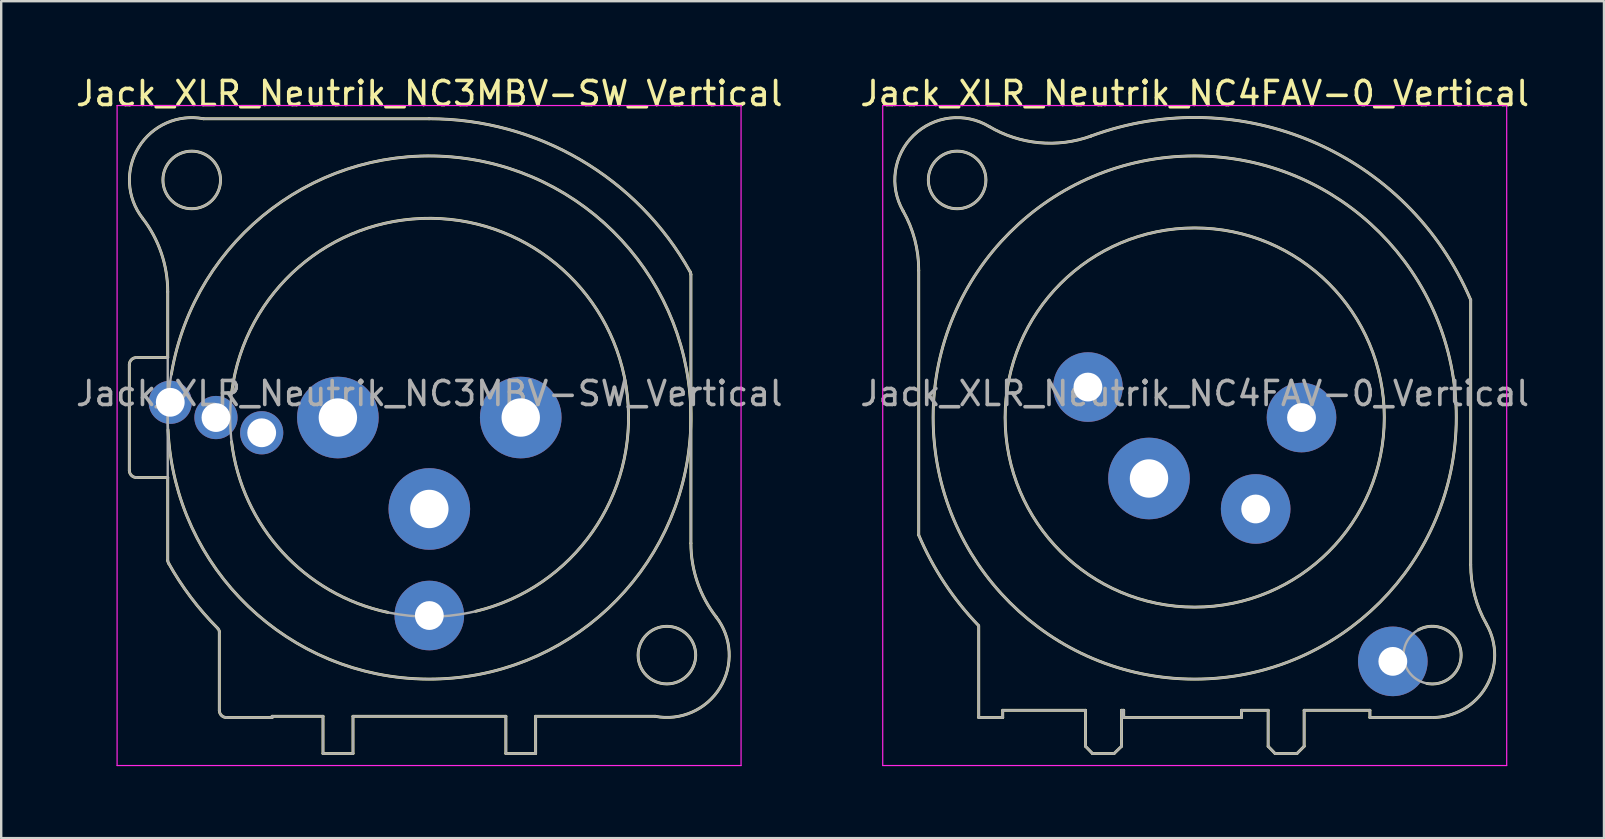
<source format=kicad_pcb>
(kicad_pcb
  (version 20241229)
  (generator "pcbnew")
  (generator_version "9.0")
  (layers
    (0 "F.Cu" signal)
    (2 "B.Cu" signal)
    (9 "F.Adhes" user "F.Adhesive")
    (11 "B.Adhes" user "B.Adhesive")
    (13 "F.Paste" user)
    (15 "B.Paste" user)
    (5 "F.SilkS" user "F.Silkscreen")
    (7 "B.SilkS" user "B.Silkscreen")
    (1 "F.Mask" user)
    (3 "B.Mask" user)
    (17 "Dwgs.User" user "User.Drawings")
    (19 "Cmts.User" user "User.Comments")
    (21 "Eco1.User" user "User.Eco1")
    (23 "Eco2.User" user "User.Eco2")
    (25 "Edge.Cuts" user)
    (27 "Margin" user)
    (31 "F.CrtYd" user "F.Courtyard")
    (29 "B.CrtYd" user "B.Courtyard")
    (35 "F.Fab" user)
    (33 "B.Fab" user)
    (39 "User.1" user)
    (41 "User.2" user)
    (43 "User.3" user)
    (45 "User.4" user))
  (footprint "Jack_XLR_Neutrik_NC4FAV-0_Vertical"
    (layer "F.Cu")
    (at 51.182 14.348)
    (property "Reference" "Jack_XLR_Neutrik_NC4FAV-0_Vertical" (at -4.45 -13.5 0) (layer "F.SilkS") (effects (font (size 1 1) (thickness 0.15))))
    (attr through_hole)
    (fp_line (start -15.95 -6.13) (end -15.95 4.9) (stroke (width 0.12) (type solid)) (layer "F.SilkS"))
    (fp_line (start -13.45 8.68) (end -13.45 12.5) (stroke (width 0.12) (type solid)) (layer "F.SilkS"))
    (fp_line (start -12.45 12.2) (end -12.45 12.5) (stroke (width 0.12) (type solid)) (layer "F.SilkS"))
    (fp_line (start -12.45 12.5) (end -13.45 12.5) (stroke (width 0.12) (type solid)) (layer "F.SilkS"))
    (fp_line (start -9 12.2) (end -12.45 12.2) (stroke (width 0.12) (type solid)) (layer "F.SilkS"))
    (fp_line (start -9 12.2) (end -9 13.7) (stroke (width 0.12) (type solid)) (layer "F.SilkS"))
    (fp_line (start -9 13.7) (end -8.71 14) (stroke (width 0.12) (type solid)) (layer "F.SilkS"))
    (fp_line (start -8.71 14) (end -7.81 14) (stroke (width 0.12) (type solid)) (layer "F.SilkS"))
    (fp_line (start -7.5 12.2) (end -7.5 13.7) (stroke (width 0.12) (type solid)) (layer "F.SilkS"))
    (fp_line (start -7.5 13.7) (end -7.81 14) (stroke (width 0.12) (type solid)) (layer "F.SilkS"))
    (fp_line (start -7.41 12.2) (end -7.5 12.2) (stroke (width 0.12) (type solid)) (layer "F.SilkS"))
    (fp_line (start -7.41 12.2) (end -7.41 12.5) (stroke (width 0.12) (type solid)) (layer "F.SilkS"))
    (fp_line (start -2.5 12.2) (end -2.5 12.5) (stroke (width 0.12) (type solid)) (layer "F.SilkS"))
    (fp_line (start -2.5 12.2) (end -1.39 12.2) (stroke (width 0.12) (type solid)) (layer "F.SilkS"))
    (fp_line (start -2.5 12.5) (end -7.41 12.5) (stroke (width 0.12) (type solid)) (layer "F.SilkS"))
    (fp_line (start -1.39 12.2) (end -1.39 13.7) (stroke (width 0.12) (type solid)) (layer "F.SilkS"))
    (fp_line (start -1.39 13.7) (end -1.1 14) (stroke (width 0.12) (type solid)) (layer "F.SilkS"))
    (fp_line (start -1.1 14) (end -0.19 14) (stroke (width 0.12) (type solid)) (layer "F.SilkS"))
    (fp_line (start 0.11 12.2) (end 0.11 13.7) (stroke (width 0.12) (type solid)) (layer "F.SilkS"))
    (fp_line (start 0.11 12.2) (end 2.85 12.2) (stroke (width 0.12) (type solid)) (layer "F.SilkS"))
    (fp_line (start 0.11 13.7) (end -0.19 14) (stroke (width 0.12) (type solid)) (layer "F.SilkS"))
    (fp_line (start 2.85 12.2) (end 2.85 12.5) (stroke (width 0.12) (type solid)) (layer "F.SilkS"))
    (fp_line (start 5.45 12.5) (end 2.85 12.5) (stroke (width 0.12) (type solid)) (layer "F.SilkS"))
    (fp_line (start 7.05 6.13) (end 7.05 -4.9) (stroke (width 0.12) (type solid)) (layer "F.SilkS"))
    (fp_arc (start -16.605678 -8.61403) (mid -16.167892 -11.753934) (end -13.02 -12.13) (stroke (width 0.12) (type solid)) (layer "F.SilkS"))
    (fp_arc (start -16.601888 -8.608607) (mid -16.114437 -7.411781) (end -15.95 -6.13) (stroke (width 0.12) (type solid)) (layer "F.SilkS"))
    (fp_arc (start -13.460471 8.664376) (mid -14.876528 6.89547) (end -15.95 4.9) (stroke (width 0.12) (type solid)) (layer "F.SilkS"))
    (fp_arc (start -8.782378 -11.725634) (mid 0.49884 -11.479067) (end 7.05 -4.9) (stroke (width 0.12) (type solid)) (layer "F.SilkS"))
    (fp_arc (start -8.765808 -11.730188) (mid -10.937772 -11.452682) (end -13.02 -12.13) (stroke (width 0.12) (type solid)) (layer "F.SilkS"))
    (fp_arc (start 4.867701 8.848226) (mid 6.637502 9.712546) (end 5.22 11.08) (stroke (width 0.12) (type solid)) (layer "F.SilkS"))
    (fp_arc (start 7.706842 8.607293) (mid 7.216999 7.411447) (end 7.05 6.13) (stroke (width 0.12) (type solid)) (layer "F.SilkS"))
    (fp_arc (start 7.708442 8.611807) (mid 7.698255 11.20589) (end 5.45 12.5) (stroke (width 0.12) (type solid)) (layer "F.SilkS"))
    (fp_circle (center -14.35 -9.9) (end -13.15 -9.9) (stroke (width 0.12) (type solid)) (fill no) (layer "F.SilkS"))
    (fp_circle (center -4.45 0) (end 3.45 0) (stroke (width 0.12) (type solid)) (fill no) (layer "F.SilkS"))
    (fp_circle (center -4.45 0) (end 6.45 0) (stroke (width 0.12) (type solid)) (fill no) (layer "F.SilkS"))
    (fp_line (start -17.45 -13) (end 8.55 -13) (stroke (width 0.05) (type solid)) (layer "F.CrtYd"))
    (fp_line (start -17.45 14.5) (end -17.45 -13) (stroke (width 0.05) (type solid)) (layer "F.CrtYd"))
    (fp_line (start 8.55 -13) (end 8.55 14.5) (stroke (width 0.05) (type solid)) (layer "F.CrtYd"))
    (fp_line (start 8.55 14.5) (end -17.45 14.5) (stroke (width 0.05) (type solid)) (layer "F.CrtYd"))
    (fp_line (start -15.95 -6.13) (end -15.95 4.9) (stroke (width 0.1) (type solid)) (layer "F.Fab"))
    (fp_line (start -13.45 8.68) (end -13.45 12.5) (stroke (width 0.1) (type solid)) (layer "F.Fab"))
    (fp_line (start -12.45 12.2) (end -12.45 12.5) (stroke (width 0.1) (type solid)) (layer "F.Fab"))
    (fp_line (start -12.45 12.5) (end -13.45 12.5) (stroke (width 0.1) (type solid)) (layer "F.Fab"))
    (fp_line (start -9 12.2) (end -12.45 12.2) (stroke (width 0.1) (type solid)) (layer "F.Fab"))
    (fp_line (start -9 12.2) (end -9 13.7) (stroke (width 0.1) (type solid)) (layer "F.Fab"))
    (fp_line (start -9 13.7) (end -8.71 14) (stroke (width 0.1) (type solid)) (layer "F.Fab"))
    (fp_line (start -8.71 14) (end -7.81 14) (stroke (width 0.1) (type solid)) (layer "F.Fab"))
    (fp_line (start -7.5 12.2) (end -7.5 13.7) (stroke (width 0.1) (type solid)) (layer "F.Fab"))
    (fp_line (start -7.5 13.7) (end -7.81 14) (stroke (width 0.1) (type solid)) (layer "F.Fab"))
    (fp_line (start -7.41 12.2) (end -7.5 12.2) (stroke (width 0.1) (type solid)) (layer "F.Fab"))
    (fp_line (start -7.41 12.2) (end -7.41 12.5) (stroke (width 0.1) (type solid)) (layer "F.Fab"))
    (fp_line (start -2.5 12.2) (end -2.5 12.5) (stroke (width 0.1) (type solid)) (layer "F.Fab"))
    (fp_line (start -2.5 12.2) (end -1.39 12.2) (stroke (width 0.1) (type solid)) (layer "F.Fab"))
    (fp_line (start -2.5 12.5) (end -7.41 12.5) (stroke (width 0.1) (type solid)) (layer "F.Fab"))
    (fp_line (start -1.39 12.2) (end -1.39 13.7) (stroke (width 0.1) (type solid)) (layer "F.Fab"))
    (fp_line (start -1.39 13.7) (end -1.1 14) (stroke (width 0.1) (type solid)) (layer "F.Fab"))
    (fp_line (start -1.1 14) (end -0.19 14) (stroke (width 0.1) (type solid)) (layer "F.Fab"))
    (fp_line (start 0.11 12.2) (end 0.11 13.7) (stroke (width 0.1) (type solid)) (layer "F.Fab"))
    (fp_line (start 0.11 12.2) (end 2.85 12.2) (stroke (width 0.1) (type solid)) (layer "F.Fab"))
    (fp_line (start 0.11 13.7) (end -0.19 14) (stroke (width 0.1) (type solid)) (layer "F.Fab"))
    (fp_line (start 2.85 12.2) (end 2.85 12.5) (stroke (width 0.1) (type solid)) (layer "F.Fab"))
    (fp_line (start 5.45 12.5) (end 2.85 12.5) (stroke (width 0.1) (type solid)) (layer "F.Fab"))
    (fp_line (start 7.05 6.13) (end 7.05 -4.9) (stroke (width 0.1) (type solid)) (layer "F.Fab"))
    (fp_arc (start -16.605678 -8.61403) (mid -16.167892 -11.753934) (end -13.02 -12.13) (stroke (width 0.1) (type solid)) (layer "F.Fab"))
    (fp_arc (start -16.601888 -8.608607) (mid -16.114437 -7.411781) (end -15.95 -6.13) (stroke (width 0.1) (type solid)) (layer "F.Fab"))
    (fp_arc (start -13.460471 8.664376) (mid -14.876528 6.89547) (end -15.95 4.9) (stroke (width 0.1) (type solid)) (layer "F.Fab"))
    (fp_arc (start -8.782378 -11.725634) (mid 0.49884 -11.479067) (end 7.05 -4.9) (stroke (width 0.1) (type solid)) (layer "F.Fab"))
    (fp_arc (start -8.765808 -11.730188) (mid -10.937772 -11.452682) (end -13.02 -12.13) (stroke (width 0.1) (type solid)) (layer "F.Fab"))
    (fp_arc (start 7.706842 8.607293) (mid 7.216999 7.411447) (end 7.05 6.13) (stroke (width 0.1) (type solid)) (layer "F.Fab"))
    (fp_arc (start 7.708442 8.611807) (mid 7.698255 11.20589) (end 5.45 12.5) (stroke (width 0.1) (type solid)) (layer "F.Fab"))
    (fp_circle (center -14.35 -9.9) (end -13.15 -9.9) (stroke (width 0.1) (type solid)) (fill no) (layer "F.Fab"))
    (fp_circle (center -4.45 0) (end 3.45 0) (stroke (width 0.1) (type solid)) (fill no) (layer "F.Fab"))
    (fp_circle (center -4.45 0) (end 6.45 0) (stroke (width 0.1) (type solid)) (fill no) (layer "F.Fab"))
    (fp_circle (center 5.45 9.9) (end 6.65 9.9) (stroke (width 0.1) (type solid)) (fill no) (layer "F.Fab"))
    (fp_text user "${REFERENCE}" (at -4.45 -1 0) (layer "F.Fab") (effects (font (size 1 1) (thickness 0.15))))
    (pad "1" thru_hole circle (at 0 0) (size 2.9 2.9) (drill 1.2) (layers "*.Cu" "*.Mask"))
    (pad "2" thru_hole circle (at -1.91 3.81) (size 2.9 2.9) (drill 1.2) (layers "*.Cu" "*.Mask"))
    (pad "3" thru_hole circle (at -6.355 2.54) (size 3.4 3.4) (drill 1.6) (layers "*.Cu" "*.Mask"))
    (pad "4" thru_hole circle (at -8.9 -1.27) (size 2.9 2.9) (drill 1.2) (layers "*.Cu" "*.Mask"))
    (pad "G" thru_hole circle (at 3.805 10.16) (size 2.9 2.9) (drill 1.2) (layers "*.Cu" "*.Mask")))
  (footprint "Jack_XLR_Neutrik_NC3MBV-SW_Vertical"
    (layer "F.Cu")
    (at 11.029 14.348)
    (property "Reference" "Jack_XLR_Neutrik_NC3MBV-SW_Vertical" (at 3.81 -13.5 0) (layer "F.SilkS") (effects (font (size 1 1) (thickness 0.15))))
    (attr through_hole)
    (fp_line (start -8.69 2.2) (end -8.69 -2.2) (stroke (width 0.12) (type solid)) (layer "F.SilkS"))
    (fp_line (start -7.09 -5.24) (end -7.09 -2.5) (stroke (width 0.12) (type solid)) (layer "F.SilkS"))
    (fp_line (start -7.09 -2.5) (end -8.39 -2.5) (stroke (width 0.12) (type solid)) (layer "F.SilkS"))
    (fp_line (start -7.09 2.5) (end -8.39 2.5) (stroke (width 0.12) (type solid)) (layer "F.SilkS"))
    (fp_line (start -7.09 2.5) (end -7.09 5.96) (stroke (width 0.12) (type solid)) (layer "F.SilkS"))
    (fp_line (start -4.94 12.2) (end -4.94 8.92) (stroke (width 0.12) (type solid)) (layer "F.SilkS"))
    (fp_line (start -4.64 12.5) (end -2.74 12.5) (stroke (width 0.12) (type solid)) (layer "F.SilkS"))
    (fp_line (start -2.74 12.45) (end -0.62 12.45) (stroke (width 0.12) (type solid)) (layer "F.SilkS"))
    (fp_line (start -2.74 12.5) (end -2.74 12.45) (stroke (width 0.12) (type solid)) (layer "F.SilkS"))
    (fp_line (start -0.62 12.45) (end -0.62 14) (stroke (width 0.12) (type solid)) (layer "F.SilkS"))
    (fp_line (start 0.63 12.45) (end 0.63 14) (stroke (width 0.12) (type solid)) (layer "F.SilkS"))
    (fp_line (start 0.63 12.45) (end 7 12.45) (stroke (width 0.12) (type solid)) (layer "F.SilkS"))
    (fp_line (start 0.63 14) (end -0.62 14) (stroke (width 0.12) (type solid)) (layer "F.SilkS"))
    (fp_line (start 3.81 -12.45) (end -5.6 -12.45) (stroke (width 0.12) (type solid)) (layer "F.SilkS"))
    (fp_line (start 7 12.45) (end 7 14) (stroke (width 0.12) (type solid)) (layer "F.SilkS"))
    (fp_line (start 8.24 12.45) (end 8.24 14) (stroke (width 0.12) (type solid)) (layer "F.SilkS"))
    (fp_line (start 8.24 12.45) (end 13.22 12.45) (stroke (width 0.12) (type solid)) (layer "F.SilkS"))
    (fp_line (start 8.24 14) (end 7 14) (stroke (width 0.12) (type solid)) (layer "F.SilkS"))
    (fp_line (start 14.71 5.24) (end 14.71 -5.96) (stroke (width 0.12) (type solid)) (layer "F.SilkS"))
    (fp_arc (start -8.69 -2.2) (mid -8.602132 -2.412132) (end -8.39 -2.5) (stroke (width 0.12) (type solid)) (layer "F.SilkS"))
    (fp_arc (start -8.39 2.5) (mid -8.602132 2.412132) (end -8.69 2.2) (stroke (width 0.12) (type solid)) (layer "F.SilkS"))
    (fp_arc (start -8.14458 -8.311426) (mid -7.360989 -6.863715) (end -7.09 -5.24) (stroke (width 0.12) (type solid)) (layer "F.SilkS"))
    (fp_arc (start -8.141124 -8.307677) (mid -8.303366 -11.257798) (end -5.6 -12.45) (stroke (width 0.12) (type solid)) (layer "F.SilkS"))
    (fp_arc (start -7.048716 6.079059) (mid -7.076957 6.022165) (end -7.09 5.96) (stroke (width 0.12) (type solid)) (layer "F.SilkS"))
    (fp_arc (start -6.94 -1.8) (mid 14.690408 0.647469) (end -7.077605 0.512393) (stroke (width 0.12) (type solid)) (layer "F.SilkS"))
    (fp_arc (start -5.014621 8.775339) (mid -6.130462 7.487838) (end -7.06 6.06) (stroke (width 0.12) (type solid)) (layer "F.SilkS"))
    (fp_arc (start -5.008287 8.781679) (mid -4.96257 8.845126) (end -4.94 8.92) (stroke (width 0.12) (type solid)) (layer "F.SilkS"))
    (fp_arc (start -4.64 12.5) (mid -4.852132 12.412132) (end -4.94 12.2) (stroke (width 0.12) (type solid)) (layer "F.SilkS"))
    (fp_arc (start -4.42 -1.09) (mid 9.369821 -6.165176) (end 5.741766 8.073988) (stroke (width 0.12) (type solid)) (layer "F.SilkS"))
    (fp_arc (start 2.08 8.12) (mid -2.313728 5.606002) (end -4.430844 1.007866) (stroke (width 0.12) (type solid)) (layer "F.SilkS"))
    (fp_arc (start 3.792668 -12.44996) (mid 10.104527 -10.741542) (end 14.68 -6.07) (stroke (width 0.12) (type solid)) (layer "F.SilkS"))
    (fp_arc (start 14.680526 -6.07) (mid 14.702504 -6.01694) (end 14.71 -5.96) (stroke (width 0.12) (type solid)) (layer "F.SilkS"))
    (fp_arc (start 15.761124 8.307677) (mid 15.923366 11.257798) (end 13.22 12.45) (stroke (width 0.12) (type solid)) (layer "F.SilkS"))
    (fp_arc (start 15.76458 8.311426) (mid 14.980989 6.863715) (end 14.71 5.24) (stroke (width 0.12) (type solid)) (layer "F.SilkS"))
    (fp_circle (center -6.09 -9.9) (end -4.89 -9.9) (stroke (width 0.12) (type solid)) (fill no) (layer "F.SilkS"))
    (fp_circle (center 13.71 9.9) (end 14.91 9.9) (stroke (width 0.12) (type solid)) (fill no) (layer "F.SilkS"))
    (fp_line (start -9.2 -13) (end 16.8 -13) (stroke (width 0.05) (type solid)) (layer "F.CrtYd"))
    (fp_line (start -9.2 14.5) (end -9.2 -13) (stroke (width 0.05) (type solid)) (layer "F.CrtYd"))
    (fp_line (start 16.8 -13) (end 16.8 14.5) (stroke (width 0.05) (type solid)) (layer "F.CrtYd"))
    (fp_line (start 16.8 14.5) (end -9.2 14.5) (stroke (width 0.05) (type solid)) (layer "F.CrtYd"))
    (fp_line (start -8.69 2.2) (end -8.69 -2.2) (stroke (width 0.1) (type solid)) (layer "F.Fab"))
    (fp_line (start -7.09 -5.24) (end -7.09 5.96) (stroke (width 0.1) (type solid)) (layer "F.Fab"))
    (fp_line (start -7.09 -2.5) (end -8.39 -2.5) (stroke (width 0.1) (type solid)) (layer "F.Fab"))
    (fp_line (start -7.09 2.5) (end -8.39 2.5) (stroke (width 0.1) (type solid)) (layer "F.Fab"))
    (fp_line (start -4.94 12.2) (end -4.94 8.92) (stroke (width 0.1) (type solid)) (layer "F.Fab"))
    (fp_line (start -4.64 12.5) (end -2.74 12.5) (stroke (width 0.1) (type solid)) (layer "F.Fab"))
    (fp_line (start -2.74 12.45) (end -0.62 12.45) (stroke (width 0.1) (type solid)) (layer "F.Fab"))
    (fp_line (start -2.74 12.5) (end -2.74 12.45) (stroke (width 0.1) (type solid)) (layer "F.Fab"))
    (fp_line (start -0.62 12.45) (end -0.62 14) (stroke (width 0.1) (type solid)) (layer "F.Fab"))
    (fp_line (start 0.63 12.45) (end 0.63 14) (stroke (width 0.1) (type solid)) (layer "F.Fab"))
    (fp_line (start 0.63 12.45) (end 7 12.45) (stroke (width 0.1) (type solid)) (layer "F.Fab"))
    (fp_line (start 0.63 14) (end -0.62 14) (stroke (width 0.1) (type solid)) (layer "F.Fab"))
    (fp_line (start 3.81 -12.45) (end -5.6 -12.45) (stroke (width 0.1) (type solid)) (layer "F.Fab"))
    (fp_line (start 7 12.45) (end 7 14) (stroke (width 0.1) (type solid)) (layer "F.Fab"))
    (fp_line (start 8.24 12.45) (end 8.24 14) (stroke (width 0.1) (type solid)) (layer "F.Fab"))
    (fp_line (start 8.24 12.45) (end 13.22 12.45) (stroke (width 0.1) (type solid)) (layer "F.Fab"))
    (fp_line (start 8.24 14) (end 7 14) (stroke (width 0.1) (type solid)) (layer "F.Fab"))
    (fp_line (start 14.71 5.24) (end 14.71 -5.96) (stroke (width 0.1) (type solid)) (layer "F.Fab"))
    (fp_arc (start -8.69 -2.2) (mid -8.602132 -2.412132) (end -8.39 -2.5) (stroke (width 0.1) (type solid)) (layer "F.Fab"))
    (fp_arc (start -8.39 2.5) (mid -8.602132 2.412132) (end -8.69 2.2) (stroke (width 0.1) (type solid)) (layer "F.Fab"))
    (fp_arc (start -8.14458 -8.311426) (mid -7.360989 -6.863715) (end -7.09 -5.24) (stroke (width 0.1) (type solid)) (layer "F.Fab"))
    (fp_arc (start -8.141124 -8.307677) (mid -8.303366 -11.257798) (end -5.6 -12.45) (stroke (width 0.1) (type solid)) (layer "F.Fab"))
    (fp_arc (start -7.048716 6.079059) (mid -7.076957 6.022165) (end -7.09 5.96) (stroke (width 0.1) (type solid)) (layer "F.Fab"))
    (fp_arc (start -5.014621 8.775339) (mid -6.130462 7.487838) (end -7.06 6.06) (stroke (width 0.1) (type solid)) (layer "F.Fab"))
    (fp_arc (start -5.008287 8.781679) (mid -4.96257 8.845126) (end -4.94 8.92) (stroke (width 0.1) (type solid)) (layer "F.Fab"))
    (fp_arc (start -4.64 12.5) (mid -4.852132 12.412132) (end -4.94 12.2) (stroke (width 0.1) (type solid)) (layer "F.Fab"))
    (fp_arc (start 3.792668 -12.44996) (mid 10.104527 -10.741542) (end 14.68 -6.07) (stroke (width 0.1) (type solid)) (layer "F.Fab"))
    (fp_arc (start 14.680526 -6.07) (mid 14.702504 -6.01694) (end 14.71 -5.96) (stroke (width 0.1) (type solid)) (layer "F.Fab"))
    (fp_arc (start 15.761124 8.307677) (mid 15.923366 11.257798) (end 13.22 12.45) (stroke (width 0.1) (type solid)) (layer "F.Fab"))
    (fp_arc (start 15.76458 8.311426) (mid 14.980989 6.863715) (end 14.71 5.24) (stroke (width 0.1) (type solid)) (layer "F.Fab"))
    (fp_circle (center -6.09 -9.9) (end -4.89 -9.9) (stroke (width 0.1) (type solid)) (fill no) (layer "F.Fab"))
    (fp_circle (center 3.81 0) (end 12.11 0) (stroke (width 0.1) (type solid)) (fill no) (layer "F.Fab"))
    (fp_circle (center 3.81 0) (end 14.71 0) (stroke (width 0.1) (type solid)) (fill no) (layer "F.Fab"))
    (fp_circle (center 13.71 9.9) (end 14.91 9.9) (stroke (width 0.1) (type solid)) (fill no) (layer "F.Fab"))
    (fp_text user "${REFERENCE}" (at 3.81 -1 0) (layer "F.Fab") (effects (font (size 1 1) (thickness 0.15))))
    (pad "1" thru_hole circle (at 0 0) (size 3.4 3.4) (drill 1.6) (layers "*.Cu" "*.Mask"))
    (pad "2" thru_hole circle (at 7.62 0) (size 3.4 3.4) (drill 1.6) (layers "*.Cu" "*.Mask"))
    (pad "3" thru_hole circle (at 3.81 3.81) (size 3.4 3.4) (drill 1.6) (layers "*.Cu" "*.Mask"))
    (pad "G" thru_hole circle (at 3.81 8.25) (size 2.9 2.9) (drill 1.2) (layers "*.Cu" "*.Mask"))
    (pad "N" thru_hole circle (at -5.08 0) (size 1.8 1.8) (drill 1.2) (layers "*.Cu" "*.Mask"))
    (pad "NC" thru_hole circle (at -3.175 0.635) (size 1.8 1.8) (drill 1.2) (layers "*.Cu" "*.Mask"))
    (pad "NO" thru_hole circle (at -6.985 -0.635) (size 1.8 1.8) (drill 1.2) (layers "*.Cu" "*.Mask")))
  (gr_rect
    (start -3 -3)
    (end 63.786 31.873)
    (stroke (width 0.1) (type default))
    (fill no)
    (layer "Edge.Cuts")))
</source>
